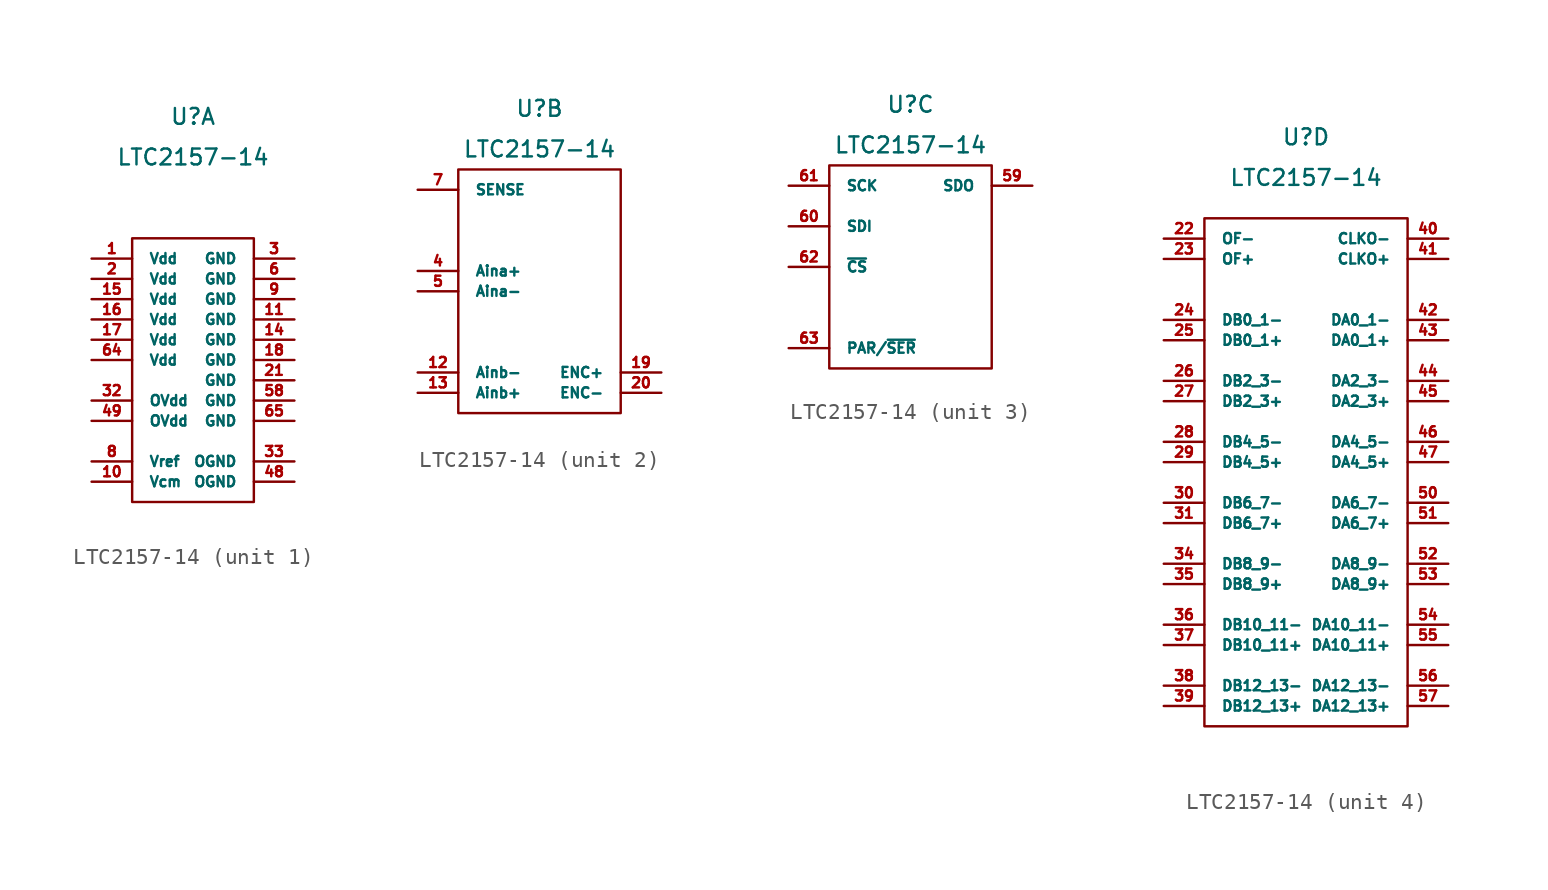
<source format=kicad_sym>
(kicad_symbol_lib
  (version 20211014)
  (generator kicad_symbol_editor)
  (symbol "LTC2157-14"
    (pin_names
      (offset 1.016))
    (property "Reference" "U"
      (at 0 11.43 0)
      (effects (font (size 0.991 0.991))))
    (property "Value" "LTC2157-14"
      (at 0 8.89 0)
      (effects (font (size 0.991 0.991))))
    (property "ki_locked" ""
      (at 0 0 0)
      (effects (font (size 1.27 1.27))))
    (symbol "LTC2157-14_1_1"
      (rectangle (start -3.81 3.81) (end 3.81 -12.7) (stroke (width 0) (type default) (color 0 0 0 0)) (fill (type none)))
      (pin power_in line (at -6.35 2.54 0) (length 2.54) (name "Vdd" (effects (font (size 0.635 0.635)))) (number "1" (effects (font (size 0.635 0.635)))))
      (pin power_out line (at -6.35 -11.43 0) (length 2.54) (name "Vcm" (effects (font (size 0.635 0.635)))) (number "10" (effects (font (size 0.635 0.635)))))
      (pin power_in line (at 6.35 -1.27 180) (length 2.54) (name "GND" (effects (font (size 0.635 0.635)))) (number "11" (effects (font (size 0.635 0.635)))))
      (pin power_in line (at 6.35 -2.54 180) (length 2.54) (name "GND" (effects (font (size 0.635 0.635)))) (number "14" (effects (font (size 0.635 0.635)))))
      (pin power_in line (at -6.35 0 0) (length 2.54) (name "Vdd" (effects (font (size 0.635 0.635)))) (number "15" (effects (font (size 0.635 0.635)))))
      (pin power_in line (at -6.35 -1.27 0) (length 2.54) (name "Vdd" (effects (font (size 0.635 0.635)))) (number "16" (effects (font (size 0.635 0.635)))))
      (pin power_in line (at -6.35 -2.54 0) (length 2.54) (name "Vdd" (effects (font (size 0.635 0.635)))) (number "17" (effects (font (size 0.635 0.635)))))
      (pin power_in line (at 6.35 -3.81 180) (length 2.54) (name "GND" (effects (font (size 0.635 0.635)))) (number "18" (effects (font (size 0.635 0.635)))))
      (pin power_in line (at -6.35 1.27 0) (length 2.54) (name "Vdd" (effects (font (size 0.635 0.635)))) (number "2" (effects (font (size 0.635 0.635)))))
      (pin power_in line (at 6.35 -5.08 180) (length 2.54) (name "GND" (effects (font (size 0.635 0.635)))) (number "21" (effects (font (size 0.635 0.635)))))
      (pin power_in line (at 6.35 2.54 180) (length 2.54) (name "GND" (effects (font (size 0.635 0.635)))) (number "3" (effects (font (size 0.635 0.635)))))
      (pin power_in line (at -6.35 -6.35 0) (length 2.54) (name "OVdd" (effects (font (size 0.635 0.635)))) (number "32" (effects (font (size 0.635 0.635)))))
      (pin power_in line (at 6.35 -10.16 180) (length 2.54) (name "OGND" (effects (font (size 0.635 0.635)))) (number "33" (effects (font (size 0.635 0.635)))))
      (pin power_in line (at 6.35 -11.43 180) (length 2.54) (name "OGND" (effects (font (size 0.635 0.635)))) (number "48" (effects (font (size 0.635 0.635)))))
      (pin power_in line (at -6.35 -7.62 0) (length 2.54) (name "OVdd" (effects (font (size 0.635 0.635)))) (number "49" (effects (font (size 0.635 0.635)))))
      (pin power_in line (at 6.35 -6.35 180) (length 2.54) (name "GND" (effects (font (size 0.635 0.635)))) (number "58" (effects (font (size 0.635 0.635)))))
      (pin power_in line (at 6.35 1.27 180) (length 2.54) (name "GND" (effects (font (size 0.635 0.635)))) (number "6" (effects (font (size 0.635 0.635)))))
      (pin power_in line (at -6.35 -3.81 0) (length 2.54) (name "Vdd" (effects (font (size 0.635 0.635)))) (number "64" (effects (font (size 0.635 0.635)))))
      (pin power_in line (at 6.35 -7.62 180) (length 2.54) (name "GND" (effects (font (size 0.635 0.635)))) (number "65" (effects (font (size 0.635 0.635)))))
      (pin power_out line (at -6.35 -10.16 0) (length 2.54) (name "Vref" (effects (font (size 0.635 0.635)))) (number "8" (effects (font (size 0.635 0.635)))))
      (pin power_in line (at 6.35 0 180) (length 2.54) (name "GND" (effects (font (size 0.635 0.635)))) (number "9" (effects (font (size 0.635 0.635))))))
    (symbol "LTC2157-14_2_1"
      (rectangle (start -5.08 7.62) (end 5.08 -7.62) (stroke (width 0) (type default) (color 0 0 0 0)) (fill (type none)))
      (pin input line (at -7.62 -5.08 0) (length 2.54) (name "Ainb-" (effects (font (size 0.635 0.635)))) (number "12" (effects (font (size 0.635 0.635)))))
      (pin input line (at -7.62 -6.35 0) (length 2.54) (name "Ainb+" (effects (font (size 0.635 0.635)))) (number "13" (effects (font (size 0.635 0.635)))))
      (pin input line (at 7.62 -5.08 180) (length 2.54) (name "ENC+" (effects (font (size 0.635 0.635)))) (number "19" (effects (font (size 0.635 0.635)))))
      (pin input line (at 7.62 -6.35 180) (length 2.54) (name "ENC-" (effects (font (size 0.635 0.635)))) (number "20" (effects (font (size 0.635 0.635)))))
      (pin input line (at -7.62 1.27 0) (length 2.54) (name "Aina+" (effects (font (size 0.635 0.635)))) (number "4" (effects (font (size 0.635 0.635)))))
      (pin input line (at -7.62 0 0) (length 2.54) (name "Aina-" (effects (font (size 0.635 0.635)))) (number "5" (effects (font (size 0.635 0.635)))))
      (pin input line (at -7.62 6.35 0) (length 2.54) (name "SENSE" (effects (font (size 0.635 0.635)))) (number "7" (effects (font (size 0.635 0.635))))))
    (symbol "LTC2157-14_3_1"
      (rectangle (start -5.08 7.62) (end 5.08 -5.08) (stroke (width 0) (type default) (color 0 0 0 0)) (fill (type none)))
      (pin output line (at 7.62 6.35 180) (length 2.54) (name "SDO" (effects (font (size 0.635 0.635)))) (number "59" (effects (font (size 0.635 0.635)))))
      (pin input line (at -7.62 3.81 0) (length 2.54) (name "SDI" (effects (font (size 0.635 0.635)))) (number "60" (effects (font (size 0.635 0.635)))))
      (pin input line (at -7.62 6.35 0) (length 2.54) (name "SCK" (effects (font (size 0.635 0.635)))) (number "61" (effects (font (size 0.635 0.635)))))
      (pin input line (at -7.62 1.27 0) (length 2.54) (name "~{CS}" (effects (font (size 0.635 0.635)))) (number "62" (effects (font (size 0.635 0.635)))))
      (pin input line (at -7.62 -3.81 0) (length 2.54) (name "PAR/~{SER}" (effects (font (size 0.635 0.635)))) (number "63" (effects (font (size 0.635 0.635))))))
    (symbol "LTC2157-14_4_1"
      (rectangle (start -6.35 6.35) (end 6.35 -25.4) (stroke (width 0) (type default) (color 0 0 0 0)) (fill (type none)))
      (pin output line (at -8.89 5.08 0) (length 2.54) (name "OF-" (effects (font (size 0.635 0.635)))) (number "22" (effects (font (size 0.635 0.635)))))
      (pin output line (at -8.89 3.81 0) (length 2.54) (name "OF+" (effects (font (size 0.635 0.635)))) (number "23" (effects (font (size 0.635 0.635)))))
      (pin output line (at -8.89 0 0) (length 2.54) (name "DB0_1-" (effects (font (size 0.635 0.635)))) (number "24" (effects (font (size 0.635 0.635)))))
      (pin output line (at -8.89 -1.27 0) (length 2.54) (name "DB0_1+" (effects (font (size 0.635 0.635)))) (number "25" (effects (font (size 0.635 0.635)))))
      (pin output line (at -8.89 -3.81 0) (length 2.54) (name "DB2_3-" (effects (font (size 0.635 0.635)))) (number "26" (effects (font (size 0.635 0.635)))))
      (pin output line (at -8.89 -5.08 0) (length 2.54) (name "DB2_3+" (effects (font (size 0.635 0.635)))) (number "27" (effects (font (size 0.635 0.635)))))
      (pin output line (at -8.89 -7.62 0) (length 2.54) (name "DB4_5-" (effects (font (size 0.635 0.635)))) (number "28" (effects (font (size 0.635 0.635)))))
      (pin output line (at -8.89 -8.89 0) (length 2.54) (name "DB4_5+" (effects (font (size 0.635 0.635)))) (number "29" (effects (font (size 0.635 0.635)))))
      (pin output line (at -8.89 -11.43 0) (length 2.54) (name "DB6_7-" (effects (font (size 0.635 0.635)))) (number "30" (effects (font (size 0.635 0.635)))))
      (pin output line (at -8.89 -12.7 0) (length 2.54) (name "DB6_7+" (effects (font (size 0.635 0.635)))) (number "31" (effects (font (size 0.635 0.635)))))
      (pin output line (at -8.89 -15.24 0) (length 2.54) (name "DB8_9-" (effects (font (size 0.635 0.635)))) (number "34" (effects (font (size 0.635 0.635)))))
      (pin output line (at -8.89 -16.51 0) (length 2.54) (name "DB8_9+" (effects (font (size 0.635 0.635)))) (number "35" (effects (font (size 0.635 0.635)))))
      (pin output line (at -8.89 -19.05 0) (length 2.54) (name "DB10_11-" (effects (font (size 0.635 0.635)))) (number "36" (effects (font (size 0.635 0.635)))))
      (pin output line (at -8.89 -20.32 0) (length 2.54) (name "DB10_11+" (effects (font (size 0.635 0.635)))) (number "37" (effects (font (size 0.635 0.635)))))
      (pin output line (at -8.89 -22.86 0) (length 2.54) (name "DB12_13-" (effects (font (size 0.635 0.635)))) (number "38" (effects (font (size 0.635 0.635)))))
      (pin output line (at -8.89 -24.13 0) (length 2.54) (name "DB12_13+" (effects (font (size 0.635 0.635)))) (number "39" (effects (font (size 0.635 0.635)))))
      (pin output line (at 8.89 5.08 180) (length 2.54) (name "CLKO-" (effects (font (size 0.635 0.635)))) (number "40" (effects (font (size 0.635 0.635)))))
      (pin output line (at 8.89 3.81 180) (length 2.54) (name "CLKO+" (effects (font (size 0.635 0.635)))) (number "41" (effects (font (size 0.635 0.635)))))
      (pin output line (at 8.89 0 180) (length 2.54) (name "DA0_1-" (effects (font (size 0.635 0.635)))) (number "42" (effects (font (size 0.635 0.635)))))
      (pin output line (at 8.89 -1.27 180) (length 2.54) (name "DA0_1+" (effects (font (size 0.635 0.635)))) (number "43" (effects (font (size 0.635 0.635)))))
      (pin output line (at 8.89 -3.81 180) (length 2.54) (name "DA2_3-" (effects (font (size 0.635 0.635)))) (number "44" (effects (font (size 0.635 0.635)))))
      (pin output line (at 8.89 -5.08 180) (length 2.54) (name "DA2_3+" (effects (font (size 0.635 0.635)))) (number "45" (effects (font (size 0.635 0.635)))))
      (pin output line (at 8.89 -7.62 180) (length 2.54) (name "DA4_5-" (effects (font (size 0.635 0.635)))) (number "46" (effects (font (size 0.635 0.635)))))
      (pin output line (at 8.89 -8.89 180) (length 2.54) (name "DA4_5+" (effects (font (size 0.635 0.635)))) (number "47" (effects (font (size 0.635 0.635)))))
      (pin output line (at 8.89 -11.43 180) (length 2.54) (name "DA6_7-" (effects (font (size 0.635 0.635)))) (number "50" (effects (font (size 0.635 0.635)))))
      (pin output line (at 8.89 -12.7 180) (length 2.54) (name "DA6_7+" (effects (font (size 0.635 0.635)))) (number "51" (effects (font (size 0.635 0.635)))))
      (pin output line (at 8.89 -15.24 180) (length 2.54) (name "DA8_9-" (effects (font (size 0.635 0.635)))) (number "52" (effects (font (size 0.635 0.635)))))
      (pin output line (at 8.89 -16.51 180) (length 2.54) (name "DA8_9+" (effects (font (size 0.635 0.635)))) (number "53" (effects (font (size 0.635 0.635)))))
      (pin output line (at 8.89 -19.05 180) (length 2.54) (name "DA10_11-" (effects (font (size 0.635 0.635)))) (number "54" (effects (font (size 0.635 0.635)))))
      (pin output line (at 8.89 -20.32 180) (length 2.54) (name "DA10_11+" (effects (font (size 0.635 0.635)))) (number "55" (effects (font (size 0.635 0.635)))))
      (pin output line (at 8.89 -22.86 180) (length 2.54) (name "DA12_13-" (effects (font (size 0.635 0.635)))) (number "56" (effects (font (size 0.635 0.635)))))
      (pin output line (at 8.89 -24.13 180) (length 2.54) (name "DA12_13+" (effects (font (size 0.635 0.635)))) (number "57" (effects (font (size 0.635 0.635))))))))
</source>
